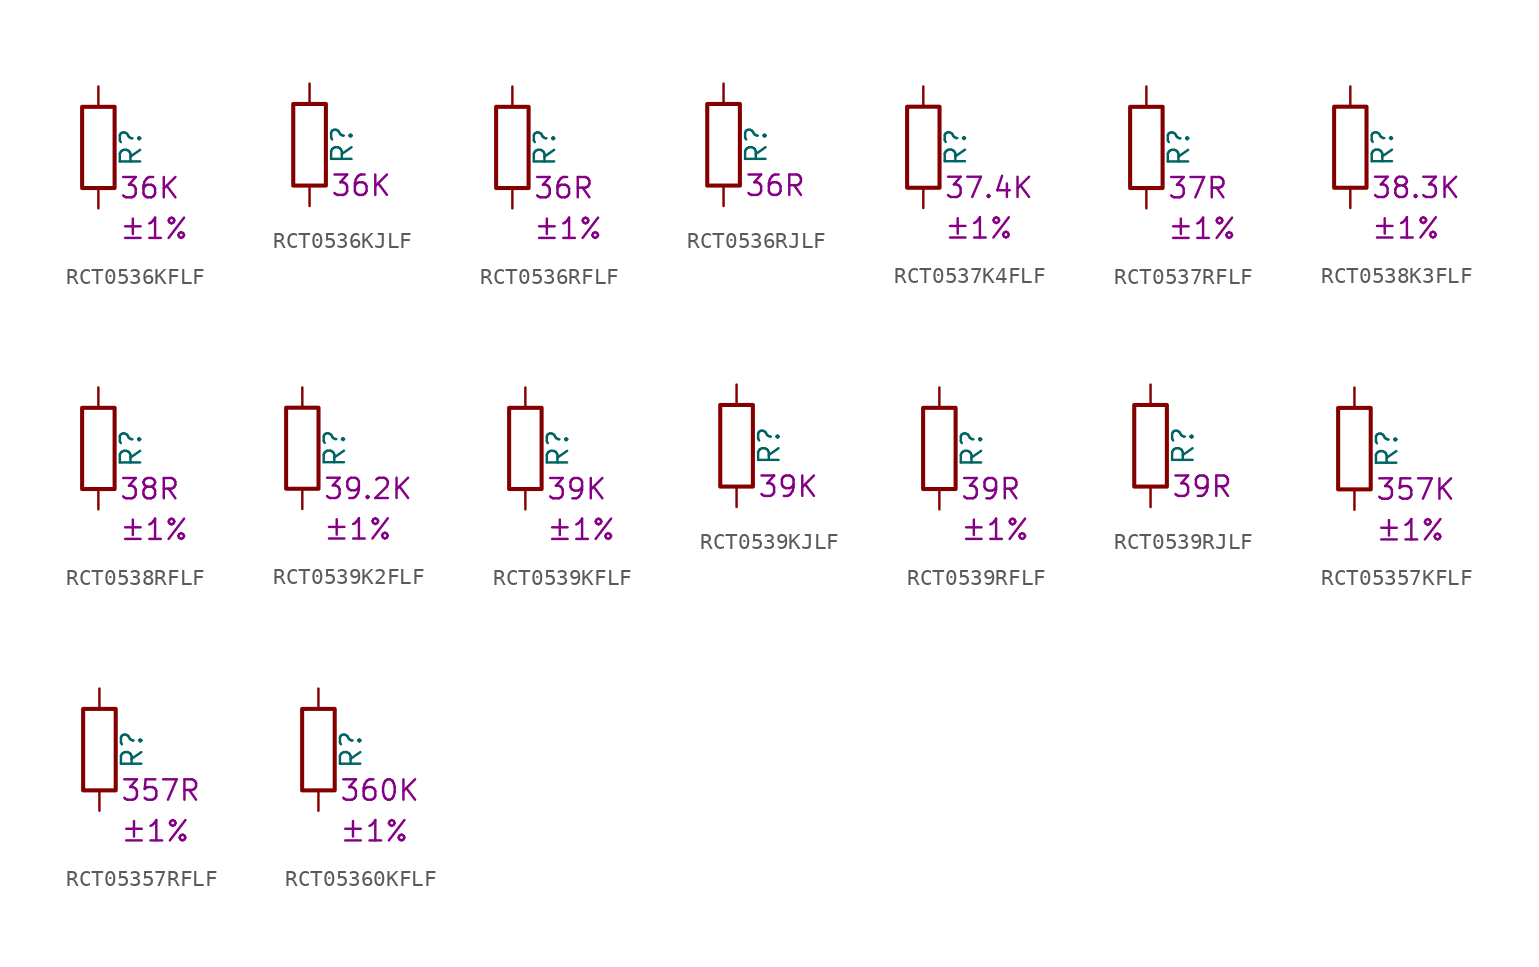
<source format=kicad_sym>
(kicad_symbol_lib
  (version 20220914)
  (generator kicad_symbol_editor)
  (symbol "RCT0536KFLF"
    (pin_numbers hide)
    (pin_names
      (offset 0))
    (property "Reference" "R"
      (at 2.032 0 90)
      (effects (font (size 1.27 1.27))))
    (property "Resistance" "36K"
      (at 1.27 -2.54 0)
      (effects (font (size 1.27 1.27)) (justify left)))
    (property "Tolerance" "±1%"
      (at 1.27 -5.08 0)
      (effects (font (size 1.27 1.27)) (justify left)))
    (symbol "RCT0536KFLF_0_1"
      (rectangle (start -1.016 -2.54) (end 1.016 2.54) (stroke (width 0.254) (type default)) (fill (type none))))
    (symbol "RCT0536KFLF_1_1"
      (pin passive line (at 0 3.81 270) (length 1.27) (name "~" (effects (font (size 1.27 1.27)))) (number "1" (effects (font (size 1.27 1.27)))))
      (pin passive line (at 0 -3.81 90) (length 1.27) (name "~" (effects (font (size 1.27 1.27)))) (number "2" (effects (font (size 1.27 1.27)))))))
  (symbol "RCT0536KJLF"
    (pin_numbers hide)
    (pin_names
      (offset 0))
    (property "Reference" "R"
      (at 2.032 0 90)
      (effects (font (size 1.27 1.27))))
    (property "Resistance" "36K"
      (at 1.27 -2.54 0)
      (effects (font (size 1.27 1.27)) (justify left)))
    (symbol "RCT0536KJLF_0_1"
      (rectangle (start -1.016 -2.54) (end 1.016 2.54) (stroke (width 0.254) (type default)) (fill (type none))))
    (symbol "RCT0536KJLF_1_1"
      (pin passive line (at 0 3.81 270) (length 1.27) (name "~" (effects (font (size 1.27 1.27)))) (number "1" (effects (font (size 1.27 1.27)))))
      (pin passive line (at 0 -3.81 90) (length 1.27) (name "~" (effects (font (size 1.27 1.27)))) (number "2" (effects (font (size 1.27 1.27)))))))
  (symbol "RCT0536RFLF"
    (pin_numbers hide)
    (pin_names
      (offset 0))
    (property "Reference" "R"
      (at 2.032 0 90)
      (effects (font (size 1.27 1.27))))
    (property "Resistance" "36R"
      (at 1.27 -2.54 0)
      (effects (font (size 1.27 1.27)) (justify left)))
    (property "Tolerance" "±1%"
      (at 1.27 -5.08 0)
      (effects (font (size 1.27 1.27)) (justify left)))
    (symbol "RCT0536RFLF_0_1"
      (rectangle (start -1.016 -2.54) (end 1.016 2.54) (stroke (width 0.254) (type default)) (fill (type none))))
    (symbol "RCT0536RFLF_1_1"
      (pin passive line (at 0 3.81 270) (length 1.27) (name "~" (effects (font (size 1.27 1.27)))) (number "1" (effects (font (size 1.27 1.27)))))
      (pin passive line (at 0 -3.81 90) (length 1.27) (name "~" (effects (font (size 1.27 1.27)))) (number "2" (effects (font (size 1.27 1.27)))))))
  (symbol "RCT0536RJLF"
    (pin_numbers hide)
    (pin_names
      (offset 0))
    (property "Reference" "R"
      (at 2.032 0 90)
      (effects (font (size 1.27 1.27))))
    (property "Resistance" "36R"
      (at 1.27 -2.54 0)
      (effects (font (size 1.27 1.27)) (justify left)))
    (symbol "RCT0536RJLF_0_1"
      (rectangle (start -1.016 -2.54) (end 1.016 2.54) (stroke (width 0.254) (type default)) (fill (type none))))
    (symbol "RCT0536RJLF_1_1"
      (pin passive line (at 0 3.81 270) (length 1.27) (name "~" (effects (font (size 1.27 1.27)))) (number "1" (effects (font (size 1.27 1.27)))))
      (pin passive line (at 0 -3.81 90) (length 1.27) (name "~" (effects (font (size 1.27 1.27)))) (number "2" (effects (font (size 1.27 1.27)))))))
  (symbol "RCT0537K4FLF"
    (pin_numbers hide)
    (pin_names
      (offset 0))
    (property "Reference" "R"
      (at 2.032 0 90)
      (effects (font (size 1.27 1.27))))
    (property "Resistance" "37.4K"
      (at 1.27 -2.54 0)
      (effects (font (size 1.27 1.27)) (justify left)))
    (property "Tolerance" "±1%"
      (at 1.27 -5.08 0)
      (effects (font (size 1.27 1.27)) (justify left)))
    (symbol "RCT0537K4FLF_0_1"
      (rectangle (start -1.016 -2.54) (end 1.016 2.54) (stroke (width 0.254) (type default)) (fill (type none))))
    (symbol "RCT0537K4FLF_1_1"
      (pin passive line (at 0 3.81 270) (length 1.27) (name "~" (effects (font (size 1.27 1.27)))) (number "1" (effects (font (size 1.27 1.27)))))
      (pin passive line (at 0 -3.81 90) (length 1.27) (name "~" (effects (font (size 1.27 1.27)))) (number "2" (effects (font (size 1.27 1.27)))))))
  (symbol "RCT0537RFLF"
    (pin_numbers hide)
    (pin_names
      (offset 0))
    (property "Reference" "R"
      (at 2.032 0 90)
      (effects (font (size 1.27 1.27))))
    (property "Resistance" "37R"
      (at 1.27 -2.54 0)
      (effects (font (size 1.27 1.27)) (justify left)))
    (property "Tolerance" "±1%"
      (at 1.27 -5.08 0)
      (effects (font (size 1.27 1.27)) (justify left)))
    (symbol "RCT0537RFLF_0_1"
      (rectangle (start -1.016 -2.54) (end 1.016 2.54) (stroke (width 0.254) (type default)) (fill (type none))))
    (symbol "RCT0537RFLF_1_1"
      (pin passive line (at 0 3.81 270) (length 1.27) (name "~" (effects (font (size 1.27 1.27)))) (number "1" (effects (font (size 1.27 1.27)))))
      (pin passive line (at 0 -3.81 90) (length 1.27) (name "~" (effects (font (size 1.27 1.27)))) (number "2" (effects (font (size 1.27 1.27)))))))
  (symbol "RCT0538K3FLF"
    (pin_numbers hide)
    (pin_names
      (offset 0))
    (property "Reference" "R"
      (at 2.032 0 90)
      (effects (font (size 1.27 1.27))))
    (property "Resistance" "38.3K"
      (at 1.27 -2.54 0)
      (effects (font (size 1.27 1.27)) (justify left)))
    (property "Tolerance" "±1%"
      (at 1.27 -5.08 0)
      (effects (font (size 1.27 1.27)) (justify left)))
    (symbol "RCT0538K3FLF_0_1"
      (rectangle (start -1.016 -2.54) (end 1.016 2.54) (stroke (width 0.254) (type default)) (fill (type none))))
    (symbol "RCT0538K3FLF_1_1"
      (pin passive line (at 0 3.81 270) (length 1.27) (name "~" (effects (font (size 1.27 1.27)))) (number "1" (effects (font (size 1.27 1.27)))))
      (pin passive line (at 0 -3.81 90) (length 1.27) (name "~" (effects (font (size 1.27 1.27)))) (number "2" (effects (font (size 1.27 1.27)))))))
  (symbol "RCT0538RFLF"
    (pin_numbers hide)
    (pin_names
      (offset 0))
    (property "Reference" "R"
      (at 2.032 0 90)
      (effects (font (size 1.27 1.27))))
    (property "Resistance" "38R"
      (at 1.27 -2.54 0)
      (effects (font (size 1.27 1.27)) (justify left)))
    (property "Tolerance" "±1%"
      (at 1.27 -5.08 0)
      (effects (font (size 1.27 1.27)) (justify left)))
    (symbol "RCT0538RFLF_0_1"
      (rectangle (start -1.016 -2.54) (end 1.016 2.54) (stroke (width 0.254) (type default)) (fill (type none))))
    (symbol "RCT0538RFLF_1_1"
      (pin passive line (at 0 3.81 270) (length 1.27) (name "~" (effects (font (size 1.27 1.27)))) (number "1" (effects (font (size 1.27 1.27)))))
      (pin passive line (at 0 -3.81 90) (length 1.27) (name "~" (effects (font (size 1.27 1.27)))) (number "2" (effects (font (size 1.27 1.27)))))))
  (symbol "RCT0539K2FLF"
    (pin_numbers hide)
    (pin_names
      (offset 0))
    (property "Reference" "R"
      (at 2.032 0 90)
      (effects (font (size 1.27 1.27))))
    (property "Resistance" "39.2K"
      (at 1.27 -2.54 0)
      (effects (font (size 1.27 1.27)) (justify left)))
    (property "Tolerance" "±1%"
      (at 1.27 -5.08 0)
      (effects (font (size 1.27 1.27)) (justify left)))
    (symbol "RCT0539K2FLF_0_1"
      (rectangle (start -1.016 -2.54) (end 1.016 2.54) (stroke (width 0.254) (type default)) (fill (type none))))
    (symbol "RCT0539K2FLF_1_1"
      (pin passive line (at 0 3.81 270) (length 1.27) (name "~" (effects (font (size 1.27 1.27)))) (number "1" (effects (font (size 1.27 1.27)))))
      (pin passive line (at 0 -3.81 90) (length 1.27) (name "~" (effects (font (size 1.27 1.27)))) (number "2" (effects (font (size 1.27 1.27)))))))
  (symbol "RCT0539KFLF"
    (pin_numbers hide)
    (pin_names
      (offset 0))
    (property "Reference" "R"
      (at 2.032 0 90)
      (effects (font (size 1.27 1.27))))
    (property "Resistance" "39K"
      (at 1.27 -2.54 0)
      (effects (font (size 1.27 1.27)) (justify left)))
    (property "Tolerance" "±1%"
      (at 1.27 -5.08 0)
      (effects (font (size 1.27 1.27)) (justify left)))
    (symbol "RCT0539KFLF_0_1"
      (rectangle (start -1.016 -2.54) (end 1.016 2.54) (stroke (width 0.254) (type default)) (fill (type none))))
    (symbol "RCT0539KFLF_1_1"
      (pin passive line (at 0 3.81 270) (length 1.27) (name "~" (effects (font (size 1.27 1.27)))) (number "1" (effects (font (size 1.27 1.27)))))
      (pin passive line (at 0 -3.81 90) (length 1.27) (name "~" (effects (font (size 1.27 1.27)))) (number "2" (effects (font (size 1.27 1.27)))))))
  (symbol "RCT0539KJLF"
    (pin_numbers hide)
    (pin_names
      (offset 0))
    (property "Reference" "R"
      (at 2.032 0 90)
      (effects (font (size 1.27 1.27))))
    (property "Resistance" "39K"
      (at 1.27 -2.54 0)
      (effects (font (size 1.27 1.27)) (justify left)))
    (symbol "RCT0539KJLF_0_1"
      (rectangle (start -1.016 -2.54) (end 1.016 2.54) (stroke (width 0.254) (type default)) (fill (type none))))
    (symbol "RCT0539KJLF_1_1"
      (pin passive line (at 0 3.81 270) (length 1.27) (name "~" (effects (font (size 1.27 1.27)))) (number "1" (effects (font (size 1.27 1.27)))))
      (pin passive line (at 0 -3.81 90) (length 1.27) (name "~" (effects (font (size 1.27 1.27)))) (number "2" (effects (font (size 1.27 1.27)))))))
  (symbol "RCT0539RFLF"
    (pin_numbers hide)
    (pin_names
      (offset 0))
    (property "Reference" "R"
      (at 2.032 0 90)
      (effects (font (size 1.27 1.27))))
    (property "Resistance" "39R"
      (at 1.27 -2.54 0)
      (effects (font (size 1.27 1.27)) (justify left)))
    (property "Tolerance" "±1%"
      (at 1.27 -5.08 0)
      (effects (font (size 1.27 1.27)) (justify left)))
    (symbol "RCT0539RFLF_0_1"
      (rectangle (start -1.016 -2.54) (end 1.016 2.54) (stroke (width 0.254) (type default)) (fill (type none))))
    (symbol "RCT0539RFLF_1_1"
      (pin passive line (at 0 3.81 270) (length 1.27) (name "~" (effects (font (size 1.27 1.27)))) (number "1" (effects (font (size 1.27 1.27)))))
      (pin passive line (at 0 -3.81 90) (length 1.27) (name "~" (effects (font (size 1.27 1.27)))) (number "2" (effects (font (size 1.27 1.27)))))))
  (symbol "RCT0539RJLF"
    (pin_numbers hide)
    (pin_names
      (offset 0))
    (property "Reference" "R"
      (at 2.032 0 90)
      (effects (font (size 1.27 1.27))))
    (property "Resistance" "39R"
      (at 1.27 -2.54 0)
      (effects (font (size 1.27 1.27)) (justify left)))
    (symbol "RCT0539RJLF_0_1"
      (rectangle (start -1.016 -2.54) (end 1.016 2.54) (stroke (width 0.254) (type default)) (fill (type none))))
    (symbol "RCT0539RJLF_1_1"
      (pin passive line (at 0 3.81 270) (length 1.27) (name "~" (effects (font (size 1.27 1.27)))) (number "1" (effects (font (size 1.27 1.27)))))
      (pin passive line (at 0 -3.81 90) (length 1.27) (name "~" (effects (font (size 1.27 1.27)))) (number "2" (effects (font (size 1.27 1.27)))))))
  (symbol "RCT05357KFLF"
    (pin_numbers hide)
    (pin_names
      (offset 0))
    (property "Reference" "R"
      (at 2.032 0 90)
      (effects (font (size 1.27 1.27))))
    (property "Resistance" "357K"
      (at 1.27 -2.54 0)
      (effects (font (size 1.27 1.27)) (justify left)))
    (property "Tolerance" "±1%"
      (at 1.27 -5.08 0)
      (effects (font (size 1.27 1.27)) (justify left)))
    (symbol "RCT05357KFLF_0_1"
      (rectangle (start -1.016 -2.54) (end 1.016 2.54) (stroke (width 0.254) (type default)) (fill (type none))))
    (symbol "RCT05357KFLF_1_1"
      (pin passive line (at 0 3.81 270) (length 1.27) (name "~" (effects (font (size 1.27 1.27)))) (number "1" (effects (font (size 1.27 1.27)))))
      (pin passive line (at 0 -3.81 90) (length 1.27) (name "~" (effects (font (size 1.27 1.27)))) (number "2" (effects (font (size 1.27 1.27)))))))
  (symbol "RCT05357RFLF"
    (pin_numbers hide)
    (pin_names
      (offset 0))
    (property "Reference" "R"
      (at 2.032 0 90)
      (effects (font (size 1.27 1.27))))
    (property "Resistance" "357R"
      (at 1.27 -2.54 0)
      (effects (font (size 1.27 1.27)) (justify left)))
    (property "Tolerance" "±1%"
      (at 1.27 -5.08 0)
      (effects (font (size 1.27 1.27)) (justify left)))
    (symbol "RCT05357RFLF_0_1"
      (rectangle (start -1.016 -2.54) (end 1.016 2.54) (stroke (width 0.254) (type default)) (fill (type none))))
    (symbol "RCT05357RFLF_1_1"
      (pin passive line (at 0 3.81 270) (length 1.27) (name "~" (effects (font (size 1.27 1.27)))) (number "1" (effects (font (size 1.27 1.27)))))
      (pin passive line (at 0 -3.81 90) (length 1.27) (name "~" (effects (font (size 1.27 1.27)))) (number "2" (effects (font (size 1.27 1.27)))))))
  (symbol "RCT05360KFLF"
    (pin_numbers hide)
    (pin_names
      (offset 0))
    (property "Reference" "R"
      (at 2.032 0 90)
      (effects (font (size 1.27 1.27))))
    (property "Resistance" "360K"
      (at 1.27 -2.54 0)
      (effects (font (size 1.27 1.27)) (justify left)))
    (property "Tolerance" "±1%"
      (at 1.27 -5.08 0)
      (effects (font (size 1.27 1.27)) (justify left)))
    (symbol "RCT05360KFLF_0_1"
      (rectangle (start -1.016 -2.54) (end 1.016 2.54) (stroke (width 0.254) (type default)) (fill (type none))))
    (symbol "RCT05360KFLF_1_1"
      (pin passive line (at 0 3.81 270) (length 1.27) (name "~" (effects (font (size 1.27 1.27)))) (number "1" (effects (font (size 1.27 1.27)))))
      (pin passive line (at 0 -3.81 90) (length 1.27) (name "~" (effects (font (size 1.27 1.27)))) (number "2" (effects (font (size 1.27 1.27))))))))
</source>
